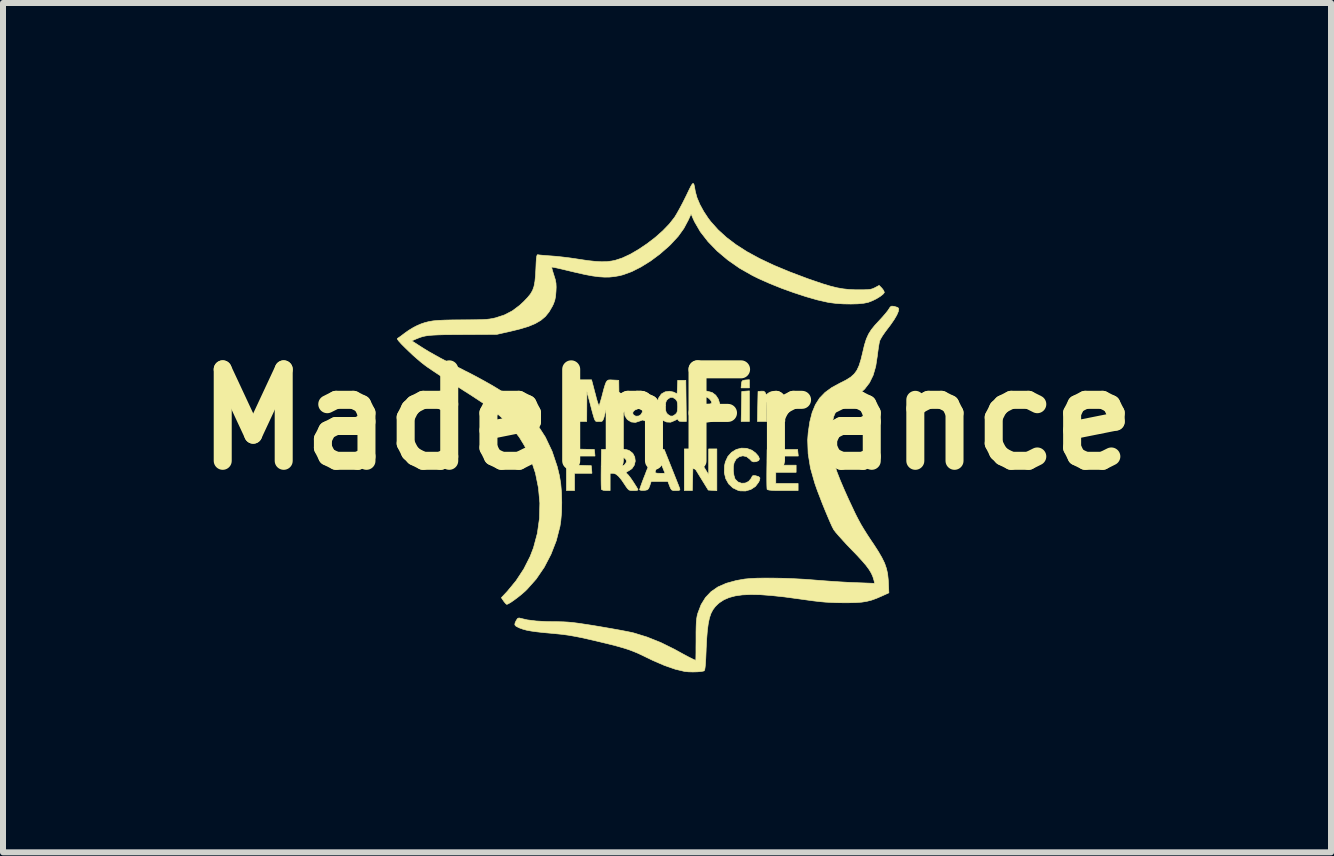
<source format=kicad_pcb>
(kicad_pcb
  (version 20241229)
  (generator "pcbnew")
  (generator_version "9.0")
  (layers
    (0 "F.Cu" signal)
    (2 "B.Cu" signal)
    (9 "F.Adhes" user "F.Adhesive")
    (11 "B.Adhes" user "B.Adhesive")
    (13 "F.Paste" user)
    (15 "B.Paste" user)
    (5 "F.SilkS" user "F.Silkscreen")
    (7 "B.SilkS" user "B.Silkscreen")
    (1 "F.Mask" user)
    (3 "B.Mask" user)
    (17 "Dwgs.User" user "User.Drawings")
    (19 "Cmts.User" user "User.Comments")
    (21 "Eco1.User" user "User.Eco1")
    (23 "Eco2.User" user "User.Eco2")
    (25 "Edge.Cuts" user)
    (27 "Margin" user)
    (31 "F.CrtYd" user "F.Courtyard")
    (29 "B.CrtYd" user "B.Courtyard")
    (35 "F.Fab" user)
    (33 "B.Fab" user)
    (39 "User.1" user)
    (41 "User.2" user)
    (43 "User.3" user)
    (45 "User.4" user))
  (footprint "MadeInFrance"
    (layer "F.Cu")
    (at 8.063 3.938)
    (property "Reference" "MadeInFrance" (at 0 0 0) (layer "F.SilkS") (effects (font (size 1.524 1.524) (thickness 0.3))))
    (attr through_hole)
    (fp_poly (pts (xy 1.372 0.034) (xy 1.235 0.034) (xy 1.24 -0.216) (xy 1.245 -0.466) (xy 1.308 -0.471) (xy 1.372 -0.476) (xy 1.372 0.034)) (stroke (width 0.01) (type solid)) (fill yes) (layer "F.SilkS"))
    (fp_poly (pts (xy 1.372 -0.525) (xy 1.234 -0.525) (xy 1.239 -0.588) (xy 1.246 -0.63) (xy 1.262 -0.649) (xy 1.299 -0.656) (xy 1.308 -0.657) (xy 1.372 -0.662) (xy 1.372 -0.525)) (stroke (width 0.01) (type solid)) (fill yes) (layer "F.SilkS"))
    (fp_poly (pts (xy 0.83 1.187) (xy 0.758 1.182) (xy 0.687 1.177) (xy 0.432 0.763) (xy 0.427 0.974) (xy 0.422 1.185) (xy 0.288 1.185) (xy 0.288 0.491) (xy 0.36 0.491) (xy 0.432 0.491) (xy 0.694 0.923) (xy 0.694 0.491) (xy 0.83 0.491) (xy 0.83 1.187)) (stroke (width 0.01) (type solid)) (fill yes) (layer "F.SilkS"))
    (fp_poly (pts (xy -1.444 0.495) (xy -1.211 0.5) (xy -1.205 0.555) (xy -1.2 0.61) (xy -1.541 0.61) (xy -1.541 0.761) (xy -1.401 0.766) (xy -1.262 0.77) (xy -1.256 0.834) (xy -1.251 0.897) (xy -1.541 0.897) (xy -1.541 1.185) (xy -1.676 1.185) (xy -1.676 0.49) (xy -1.444 0.495)) (stroke (width 0.01) (type solid)) (fill yes) (layer "F.SilkS"))
    (fp_poly (pts (xy 2.181 0.555) (xy 2.187 0.61) (xy 1.812 0.61) (xy 1.812 0.762) (xy 2.151 0.762) (xy 2.151 0.881) (xy 1.812 0.881) (xy 1.812 1.067) (xy 2.184 1.067) (xy 2.184 1.185) (xy 1.93 1.185) (xy 1.825 1.185) (xy 1.75 1.182) (xy 1.701 1.177) (xy 1.674 1.17) (xy 1.667 1.164) (xy 1.665 1.141) (xy 1.663 1.089) (xy 1.662 1.015) (xy 1.662 0.925) (xy 1.663 0.823) (xy 1.663 0.821) (xy 1.668 0.5) (xy 2.176 0.5) (xy 2.181 0.555)) (stroke (width 0.01) (type solid)) (fill yes) (layer "F.SilkS"))
    (fp_poly (pts (xy 1.854 -0.467) (xy 1.897 -0.447) (xy 1.93 -0.42) (xy 1.945 -0.401) (xy 1.954 -0.377) (xy 1.96 -0.341) (xy 1.963 -0.286) (xy 1.964 -0.206) (xy 1.964 -0.175) (xy 1.964 0.034) (xy 1.829 0.034) (xy 1.829 -0.143) (xy 1.828 -0.228) (xy 1.824 -0.287) (xy 1.816 -0.323) (xy 1.803 -0.345) (xy 1.802 -0.346) (xy 1.767 -0.369) (xy 1.73 -0.365) (xy 1.697 -0.346) (xy 1.68 -0.332) (xy 1.669 -0.312) (xy 1.663 -0.281) (xy 1.66 -0.231) (xy 1.659 -0.155) (xy 1.659 -0.143) (xy 1.659 0.034) (xy 1.506 0.034) (xy 1.516 -0.466) (xy 1.571 -0.471) (xy 1.612 -0.47) (xy 1.634 -0.451) (xy 1.639 -0.44) (xy 1.652 -0.415) (xy 1.666 -0.42) (xy 1.675 -0.43) (xy 1.712 -0.454) (xy 1.767 -0.469) (xy 1.827 -0.471) (xy 1.854 -0.467)) (stroke (width 0.01) (type solid)) (fill yes) (layer "F.SilkS"))
    (fp_poly (pts (xy 1.326 0.481) (xy 1.412 0.512) (xy 1.474 0.557) (xy 1.523 0.613) (xy 1.54 0.656) (xy 1.527 0.686) (xy 1.482 0.704) (xy 1.44 0.707) (xy 1.41 0.695) (xy 1.379 0.662) (xy 1.325 0.62) (xy 1.264 0.606) (xy 1.204 0.62) (xy 1.152 0.659) (xy 1.117 0.722) (xy 1.117 0.722) (xy 1.106 0.783) (xy 1.105 0.857) (xy 1.114 0.929) (xy 1.131 0.986) (xy 1.136 0.996) (xy 1.183 1.042) (xy 1.241 1.063) (xy 1.303 1.06) (xy 1.359 1.033) (xy 1.4 0.985) (xy 1.407 0.97) (xy 1.423 0.941) (xy 1.448 0.934) (xy 1.477 0.938) (xy 1.527 0.953) (xy 1.548 0.975) (xy 1.542 1.011) (xy 1.526 1.046) (xy 1.472 1.117) (xy 1.397 1.166) (xy 1.309 1.192) (xy 1.217 1.19) (xy 1.186 1.183) (xy 1.096 1.14) (xy 1.026 1.073) (xy 0.978 0.987) (xy 0.954 0.886) (xy 0.957 0.775) (xy 0.972 0.707) (xy 1.013 0.618) (xy 1.075 0.548) (xy 1.152 0.501) (xy 1.238 0.478) (xy 1.326 0.481)) (stroke (width 0.01) (type solid)) (fill yes) (layer "F.SilkS"))
    (fp_poly (pts (xy 0.322 0.034) (xy 0.254 0.034) (xy 0.207 0.03) (xy 0.187 0.016) (xy 0.186 0.009) (xy 0.181 -0.005) (xy 0.161 0.00019) (xy 0.131 0.017) (xy 0.061 0.046) (xy -0.007 0.043) (xy -0.061 0.019) (xy -0.115 -0.033) (xy -0.151 -0.105) (xy -0.168 -0.188) (xy -0.167 -0.212) (xy -0.025 -0.212) (xy -0.023 -0.153) (xy -0.013 -0.116) (xy 0.007 -0.09) (xy 0.015 -0.083) (xy 0.058 -0.056) (xy 0.096 -0.057) (xy 0.137 -0.083) (xy 0.161 -0.107) (xy 0.172 -0.14) (xy 0.176 -0.193) (xy 0.177 -0.212) (xy 0.174 -0.271) (xy 0.165 -0.308) (xy 0.145 -0.334) (xy 0.137 -0.341) (xy 0.094 -0.368) (xy 0.056 -0.367) (xy 0.015 -0.34) (xy -0.009 -0.315) (xy -0.021 -0.282) (xy -0.025 -0.23) (xy -0.025 -0.212) (xy -0.167 -0.212) (xy -0.165 -0.274) (xy -0.142 -0.354) (xy -0.098 -0.419) (xy -0.089 -0.428) (xy -0.031 -0.46) (xy 0.04 -0.47) (xy 0.108 -0.456) (xy 0.116 -0.452) (xy 0.168 -0.427) (xy 0.173 -0.539) (xy 0.178 -0.652) (xy 0.313 -0.652) (xy 0.322 0.034)) (stroke (width 0.01) (type solid)) (fill yes) (layer "F.SilkS"))
    (fp_poly (pts (xy -0.124 0.494) (xy -0.047 0.5) (xy 0.078 0.813) (xy 0.117 0.911) (xy 0.152 0.999) (xy 0.181 1.072) (xy 0.202 1.126) (xy 0.212 1.154) (xy 0.213 1.156) (xy 0.214 1.174) (xy 0.196 1.183) (xy 0.153 1.185) (xy 0.147 1.185) (xy 0.102 1.184) (xy 0.075 1.173) (xy 0.057 1.144) (xy 0.043 1.109) (xy 0.014 1.033) (xy -0.264 1.033) (xy -0.288 1.105) (xy -0.306 1.15) (xy -0.327 1.172) (xy -0.363 1.18) (xy -0.385 1.182) (xy -0.431 1.182) (xy -0.455 1.174) (xy -0.457 1.17) (xy -0.451 1.149) (xy -0.435 1.102) (xy -0.411 1.036) (xy -0.38 0.956) (xy -0.362 0.911) (xy -0.349 0.876) (xy -0.199 0.876) (xy -0.193 0.89) (xy -0.16 0.896) (xy -0.121 0.897) (xy -0.034 0.897) (xy -0.069 0.809) (xy -0.096 0.742) (xy -0.115 0.704) (xy -0.129 0.694) (xy -0.142 0.711) (xy -0.157 0.751) (xy -0.161 0.764) (xy -0.179 0.818) (xy -0.193 0.86) (xy -0.199 0.876) (xy -0.349 0.876) (xy -0.326 0.818) (xy -0.291 0.729) (xy -0.261 0.651) (xy -0.239 0.593) (xy -0.234 0.579) (xy -0.2 0.489) (xy -0.124 0.494)) (stroke (width 0.01) (type solid)) (fill yes) (layer "F.SilkS"))
    (fp_poly (pts (xy -1.238 -0.588) (xy -1.225 -0.539) (xy -1.207 -0.469) (xy -1.186 -0.391) (xy -1.18 -0.365) (xy -1.162 -0.302) (xy -1.146 -0.255) (xy -1.134 -0.231) (xy -1.131 -0.23) (xy -1.123 -0.252) (xy -1.109 -0.299) (xy -1.09 -0.364) (xy -1.077 -0.415) (xy -1.052 -0.51) (xy -1.032 -0.576) (xy -1.015 -0.62) (xy -0.997 -0.645) (xy -0.975 -0.657) (xy -0.945 -0.659) (xy -0.904 -0.657) (xy -0.902 -0.657) (xy -0.804 -0.652) (xy -0.795 0.034) (xy -0.931 0.034) (xy -0.931 -0.206) (xy -0.932 -0.291) (xy -0.934 -0.361) (xy -0.936 -0.411) (xy -0.94 -0.435) (xy -0.941 -0.436) (xy -0.949 -0.416) (xy -0.963 -0.371) (xy -0.98 -0.308) (xy -0.993 -0.26) (xy -1.019 -0.155) (xy -1.039 -0.078) (xy -1.053 -0.025) (xy -1.066 0.008) (xy -1.078 0.026) (xy -1.091 0.033) (xy -1.109 0.035) (xy -1.133 0.034) (xy -1.135 0.034) (xy -1.157 0.035) (xy -1.174 0.034) (xy -1.188 0.029) (xy -1.2 0.014) (xy -1.212 -0.013) (xy -1.226 -0.059) (xy -1.245 -0.125) (xy -1.269 -0.217) (xy -1.292 -0.305) (xy -1.335 -0.466) (xy -1.338 0.034) (xy -1.473 0.034) (xy -1.473 -0.66) (xy -1.257 -0.66) (xy -1.238 -0.588)) (stroke (width 0.01) (type solid)) (fill yes) (layer "F.SilkS"))
    (fp_poly (pts (xy 0.75 -0.449) (xy 0.756 -0.446) (xy 0.812 -0.403) (xy 0.855 -0.338) (xy 0.878 -0.261) (xy 0.881 -0.229) (xy 0.881 -0.169) (xy 0.713 -0.169) (xy 0.636 -0.169) (xy 0.588 -0.167) (xy 0.562 -0.162) (xy 0.552 -0.153) (xy 0.553 -0.139) (xy 0.554 -0.135) (xy 0.577 -0.097) (xy 0.615 -0.065) (xy 0.655 -0.051) (xy 0.656 -0.051) (xy 0.682 -0.062) (xy 0.713 -0.086) (xy 0.748 -0.111) (xy 0.791 -0.113) (xy 0.806 -0.111) (xy 0.848 -0.097) (xy 0.861 -0.074) (xy 0.843 -0.04) (xy 0.813 -0.009) (xy 0.771 0.023) (xy 0.723 0.039) (xy 0.673 0.045) (xy 0.618 0.046) (xy 0.574 0.043) (xy 0.559 0.04) (xy 0.507 0.005) (xy 0.459 -0.05) (xy 0.426 -0.112) (xy 0.422 -0.125) (xy 0.41 -0.22) (xy 0.421 -0.287) (xy 0.559 -0.287) (xy 0.563 -0.268) (xy 0.581 -0.258) (xy 0.622 -0.254) (xy 0.652 -0.254) (xy 0.708 -0.256) (xy 0.737 -0.264) (xy 0.745 -0.279) (xy 0.733 -0.311) (xy 0.703 -0.346) (xy 0.67 -0.369) (xy 0.656 -0.373) (xy 0.617 -0.36) (xy 0.581 -0.331) (xy 0.56 -0.296) (xy 0.559 -0.287) (xy 0.421 -0.287) (xy 0.424 -0.306) (xy 0.461 -0.378) (xy 0.516 -0.432) (xy 0.585 -0.465) (xy 0.664 -0.472) (xy 0.75 -0.449)) (stroke (width 0.01) (type solid)) (fill yes) (layer "F.SilkS"))
    (fp_poly (pts (xy -0.73 0.496) (xy -0.682 0.502) (xy -0.646 0.512) (xy -0.627 0.52) (xy -0.57 0.565) (xy -0.538 0.626) (xy -0.529 0.694) (xy -0.545 0.761) (xy -0.584 0.819) (xy -0.633 0.853) (xy -0.672 0.874) (xy -0.683 0.888) (xy -0.671 0.9) (xy -0.67 0.901) (xy -0.647 0.924) (xy -0.611 0.97) (xy -0.566 1.035) (xy -0.516 1.113) (xy -0.485 1.164) (xy -0.486 1.177) (xy -0.512 1.184) (xy -0.556 1.185) (xy -0.603 1.184) (xy -0.633 1.176) (xy -0.658 1.153) (xy -0.688 1.111) (xy -0.697 1.097) (xy -0.757 1.008) (xy -0.807 0.948) (xy -0.85 0.912) (xy -0.89 0.898) (xy -0.899 0.897) (xy -0.948 0.897) (xy -0.948 1.185) (xy -1.017 1.185) (xy -1.064 1.18) (xy -1.091 1.167) (xy -1.093 1.164) (xy -1.095 1.141) (xy -1.097 1.089) (xy -1.098 1.015) (xy -1.098 0.925) (xy -1.097 0.823) (xy -1.097 0.821) (xy -1.094 0.61) (xy -0.948 0.61) (xy -0.948 0.779) (xy -0.839 0.779) (xy -0.765 0.775) (xy -0.719 0.763) (xy -0.704 0.752) (xy -0.677 0.71) (xy -0.681 0.672) (xy -0.713 0.64) (xy -0.768 0.618) (xy -0.845 0.61) (xy -0.85 0.61) (xy -0.948 0.61) (xy -1.094 0.61) (xy -1.092 0.5) (xy -0.889 0.495) (xy -0.796 0.494) (xy -0.73 0.496)) (stroke (width 0.01) (type solid)) (fill yes) (layer "F.SilkS"))
    (fp_poly (pts (xy -0.406 -0.468) (xy -0.398 -0.467) (xy -0.345 -0.453) (xy -0.309 -0.43) (xy -0.287 -0.393) (xy -0.275 -0.336) (xy -0.271 -0.252) (xy -0.271 -0.221) (xy -0.269 -0.144) (xy -0.265 -0.076) (xy -0.259 -0.026) (xy -0.254 -0.01) (xy -0.246 0.019) (xy -0.255 0.031) (xy -0.288 0.034) (xy -0.302 0.034) (xy -0.348 0.03) (xy -0.38 0.019) (xy -0.383 0.016) (xy -0.411 0.01) (xy -0.45 0.025) (xy -0.527 0.05) (xy -0.598 0.042) (xy -0.66 0.003) (xy -0.662 0.001) (xy -0.701 -0.058) (xy -0.706 -0.091) (xy -0.569 -0.091) (xy -0.56 -0.078) (xy -0.521 -0.054) (xy -0.473 -0.057) (xy -0.437 -0.079) (xy -0.414 -0.117) (xy -0.406 -0.154) (xy -0.406 -0.201) (xy -0.477 -0.181) (xy -0.537 -0.156) (xy -0.568 -0.125) (xy -0.569 -0.091) (xy -0.706 -0.091) (xy -0.711 -0.119) (xy -0.69 -0.176) (xy -0.64 -0.221) (xy -0.63 -0.226) (xy -0.587 -0.244) (xy -0.527 -0.262) (xy -0.494 -0.271) (xy -0.437 -0.29) (xy -0.41 -0.313) (xy -0.416 -0.337) (xy -0.454 -0.36) (xy -0.461 -0.363) (xy -0.501 -0.37) (xy -0.534 -0.353) (xy -0.546 -0.343) (xy -0.591 -0.317) (xy -0.631 -0.317) (xy -0.673 -0.33) (xy -0.685 -0.35) (xy -0.668 -0.382) (xy -0.648 -0.407) (xy -0.586 -0.452) (xy -0.503 -0.473) (xy -0.406 -0.468)) (stroke (width 0.01) (type solid)) (fill yes) (layer "F.SilkS"))
    (fp_poly (pts (xy 3.784 -1.884) (xy 3.845 -1.865) (xy 3.846 -1.864) (xy 3.861 -1.843) (xy 3.854 -1.8) (xy 3.828 -1.739) (xy 3.783 -1.662) (xy 3.722 -1.574) (xy 3.686 -1.527) (xy 3.634 -1.458) (xy 3.589 -1.393) (xy 3.557 -1.339) (xy 3.542 -1.307) (xy 3.533 -1.264) (xy 3.522 -1.197) (xy 3.511 -1.118) (xy 3.504 -1.06) (xy 3.477 -0.884) (xy 3.434 -0.736) (xy 3.373 -0.611) (xy 3.292 -0.506) (xy 3.19 -0.417) (xy 3.106 -0.364) (xy 3.01 -0.308) (xy 2.939 -0.263) (xy 2.888 -0.225) (xy 2.852 -0.19) (xy 2.825 -0.154) (xy 2.818 -0.144) (xy 2.778 -0.051) (xy 2.748 0.067) (xy 2.731 0.204) (xy 2.727 0.318) (xy 2.73 0.425) (xy 2.74 0.53) (xy 2.76 0.636) (xy 2.79 0.749) (xy 2.831 0.874) (xy 2.886 1.015) (xy 2.955 1.176) (xy 3.025 1.332) (xy 3.087 1.464) (xy 3.138 1.572) (xy 3.185 1.664) (xy 3.23 1.747) (xy 3.279 1.829) (xy 3.335 1.918) (xy 3.402 2.02) (xy 3.439 2.074) (xy 3.519 2.198) (xy 3.58 2.303) (xy 3.625 2.395) (xy 3.655 2.482) (xy 3.675 2.569) (xy 3.685 2.665) (xy 3.688 2.71) (xy 3.696 2.889) (xy 3.579 2.942) (xy 3.489 2.981) (xy 3.409 3.01) (xy 3.331 3.03) (xy 3.246 3.044) (xy 3.149 3.051) (xy 3.03 3.054) (xy 2.938 3.054) (xy 2.83 3.053) (xy 2.734 3.049) (xy 2.64 3.044) (xy 2.542 3.035) (xy 2.432 3.022) (xy 2.301 3.004) (xy 2.201 2.99) (xy 1.957 2.957) (xy 1.743 2.934) (xy 1.556 2.92) (xy 1.394 2.917) (xy 1.255 2.923) (xy 1.136 2.94) (xy 1.035 2.967) (xy 0.949 3.004) (xy 0.875 3.052) (xy 0.852 3.071) (xy 0.803 3.119) (xy 0.763 3.173) (xy 0.731 3.235) (xy 0.706 3.31) (xy 0.687 3.402) (xy 0.672 3.515) (xy 0.661 3.653) (xy 0.652 3.82) (xy 0.651 3.856) (xy 0.646 3.974) (xy 0.641 4.063) (xy 0.635 4.125) (xy 0.629 4.165) (xy 0.621 4.185) (xy 0.616 4.19) (xy 0.572 4.199) (xy 0.506 4.205) (xy 0.43 4.207) (xy 0.356 4.205) (xy 0.295 4.199) (xy 0.295 4.199) (xy 0.136 4.161) (xy -0.04 4.1) (xy -0.235 4.016) (xy -0.33 3.97) (xy -0.414 3.929) (xy -0.489 3.894) (xy -0.562 3.864) (xy -0.636 3.836) (xy -0.717 3.81) (xy -0.81 3.783) (xy -0.919 3.754) (xy -1.051 3.722) (xy -1.209 3.684) (xy -1.253 3.674) (xy -1.401 3.64) (xy -1.527 3.615) (xy -1.641 3.595) (xy -1.752 3.58) (xy -1.872 3.568) (xy -1.913 3.564) (xy -2.058 3.551) (xy -2.174 3.538) (xy -2.266 3.525) (xy -2.341 3.511) (xy -2.403 3.494) (xy -2.458 3.474) (xy -2.467 3.47) (xy -2.515 3.446) (xy -2.536 3.422) (xy -2.532 3.39) (xy -2.513 3.35) (xy -2.49 3.316) (xy -2.466 3.307) (xy -2.45 3.311) (xy -2.331 3.339) (xy -2.181 3.358) (xy -1.998 3.368) (xy -1.897 3.369) (xy -1.807 3.37) (xy -1.728 3.372) (xy -1.654 3.376) (xy -1.576 3.383) (xy -1.489 3.394) (xy -1.387 3.409) (xy -1.263 3.428) (xy -1.154 3.446) (xy -1.025 3.468) (xy -0.899 3.49) (xy -0.782 3.511) (xy -0.682 3.53) (xy -0.603 3.546) (xy -0.555 3.557) (xy -0.334 3.625) (xy -0.106 3.716) (xy 0.121 3.828) (xy 0.161 3.85) (xy 0.272 3.911) (xy 0.362 3.959) (xy 0.428 3.992) (xy 0.468 4.01) (xy 0.479 4.013) (xy 0.48 3.997) (xy 0.481 3.952) (xy 0.482 3.883) (xy 0.482 3.796) (xy 0.483 3.695) (xy 0.483 3.67) (xy 0.483 3.546) (xy 0.485 3.45) (xy 0.488 3.376) (xy 0.494 3.318) (xy 0.502 3.271) (xy 0.513 3.23) (xy 0.514 3.226) (xy 0.568 3.085) (xy 0.641 2.967) (xy 0.733 2.87) (xy 0.847 2.791) (xy 0.986 2.73) (xy 1.153 2.684) (xy 1.295 2.659) (xy 1.384 2.651) (xy 1.499 2.645) (xy 1.638 2.643) (xy 1.792 2.644) (xy 1.956 2.647) (xy 2.125 2.654) (xy 2.293 2.663) (xy 2.438 2.674) (xy 2.575 2.685) (xy 2.726 2.696) (xy 2.879 2.706) (xy 3.021 2.714) (xy 3.139 2.719) (xy 3.459 2.731) (xy 3.448 2.682) (xy 3.43 2.622) (xy 3.404 2.563) (xy 3.367 2.501) (xy 3.316 2.432) (xy 3.247 2.352) (xy 3.159 2.256) (xy 3.081 2.176) (xy 3.001 2.093) (xy 2.927 2.012) (xy 2.862 1.94) (xy 2.811 1.881) (xy 2.779 1.839) (xy 2.773 1.829) (xy 2.749 1.782) (xy 2.716 1.709) (xy 2.677 1.618) (xy 2.633 1.513) (xy 2.588 1.402) (xy 2.545 1.29) (xy 2.504 1.184) (xy 2.471 1.09) (xy 2.46 1.058) (xy 2.39 0.811) (xy 2.351 0.571) (xy 2.343 0.342) (xy 2.352 0.22) (xy 2.379 0.038) (xy 2.418 -0.116) (xy 2.472 -0.246) (xy 2.542 -0.356) (xy 2.633 -0.45) (xy 2.746 -0.532) (xy 2.881 -0.605) (xy 2.982 -0.656) (xy 3.06 -0.705) (xy 3.119 -0.758) (xy 3.164 -0.82) (xy 3.2 -0.898) (xy 3.231 -0.998) (xy 3.26 -1.117) (xy 3.289 -1.24) (xy 3.32 -1.339) (xy 3.357 -1.421) (xy 3.404 -1.496) (xy 3.466 -1.572) (xy 3.528 -1.639) (xy 3.586 -1.702) (xy 3.638 -1.762) (xy 3.678 -1.812) (xy 3.698 -1.842) (xy 3.719 -1.874) (xy 3.745 -1.888) (xy 3.784 -1.884)) (stroke (width 0.01) (type solid)) (fill yes) (layer "F.SilkS"))
    (fp_poly (pts (xy 0.448 -3.917) (xy 0.458 -3.876) (xy 0.469 -3.811) (xy 0.473 -3.79) (xy 0.5 -3.693) (xy 0.547 -3.582) (xy 0.611 -3.465) (xy 0.687 -3.35) (xy 0.73 -3.294) (xy 0.849 -3.161) (xy 0.988 -3.034) (xy 1.149 -2.912) (xy 1.333 -2.794) (xy 1.543 -2.68) (xy 1.78 -2.568) (xy 2.047 -2.457) (xy 2.344 -2.345) (xy 2.437 -2.313) (xy 2.589 -2.261) (xy 2.718 -2.222) (xy 2.83 -2.194) (xy 2.932 -2.176) (xy 3.033 -2.165) (xy 3.138 -2.16) (xy 3.175 -2.16) (xy 3.268 -2.16) (xy 3.335 -2.162) (xy 3.384 -2.167) (xy 3.42 -2.176) (xy 3.452 -2.19) (xy 3.465 -2.196) (xy 3.534 -2.233) (xy 3.581 -2.185) (xy 3.609 -2.148) (xy 3.62 -2.118) (xy 3.619 -2.112) (xy 3.596 -2.084) (xy 3.549 -2.048) (xy 3.489 -2.011) (xy 3.422 -1.978) (xy 3.357 -1.953) (xy 3.353 -1.951) (xy 3.278 -1.936) (xy 3.179 -1.926) (xy 3.063 -1.923) (xy 2.94 -1.925) (xy 2.818 -1.933) (xy 2.707 -1.947) (xy 2.669 -1.954) (xy 2.502 -1.992) (xy 2.314 -2.046) (xy 2.115 -2.111) (xy 1.912 -2.184) (xy 1.713 -2.264) (xy 1.528 -2.346) (xy 1.421 -2.399) (xy 1.208 -2.52) (xy 1.012 -2.657) (xy 0.835 -2.806) (xy 0.682 -2.964) (xy 0.555 -3.127) (xy 0.458 -3.294) (xy 0.436 -3.342) (xy 0.401 -3.424) (xy 0.355 -3.323) (xy 0.28 -3.182) (xy 0.185 -3.05) (xy 0.064 -2.919) (xy 0.03 -2.886) (xy -0.12 -2.755) (xy -0.276 -2.639) (xy -0.434 -2.541) (xy -0.588 -2.463) (xy -0.731 -2.411) (xy -0.788 -2.396) (xy -0.873 -2.381) (xy -0.956 -2.372) (xy -1.041 -2.371) (xy -1.135 -2.377) (xy -1.241 -2.391) (xy -1.365 -2.414) (xy -1.512 -2.447) (xy -1.663 -2.483) (xy -1.75 -2.504) (xy -1.825 -2.521) (xy -1.882 -2.533) (xy -1.915 -2.538) (xy -1.921 -2.538) (xy -1.919 -2.52) (xy -1.908 -2.478) (xy -1.89 -2.421) (xy -1.885 -2.405) (xy -1.862 -2.331) (xy -1.85 -2.27) (xy -1.847 -2.205) (xy -1.85 -2.134) (xy -1.857 -2.05) (xy -1.87 -1.985) (xy -1.892 -1.924) (xy -1.912 -1.883) (xy -1.965 -1.792) (xy -2.027 -1.715) (xy -2.103 -1.651) (xy -2.196 -1.597) (xy -2.311 -1.549) (xy -2.452 -1.507) (xy -2.573 -1.477) (xy -2.836 -1.417) (xy -3.404 -1.414) (xy -3.566 -1.413) (xy -3.699 -1.412) (xy -3.806 -1.409) (xy -3.892 -1.405) (xy -3.961 -1.4) (xy -4.018 -1.392) (xy -4.066 -1.382) (xy -4.111 -1.368) (xy -4.155 -1.351) (xy -4.196 -1.334) (xy -4.252 -1.309) (xy -4.12 -1.224) (xy -4.046 -1.177) (xy -3.967 -1.129) (xy -3.878 -1.079) (xy -3.776 -1.022) (xy -3.655 -0.959) (xy -3.513 -0.885) (xy -3.345 -0.799) (xy -3.323 -0.789) (xy -3.206 -0.728) (xy -3.086 -0.663) (xy -2.969 -0.598) (xy -2.864 -0.537) (xy -2.78 -0.485) (xy -2.761 -0.473) (xy -2.534 -0.305) (xy -2.336 -0.122) (xy -2.167 0.078) (xy -2.027 0.295) (xy -1.915 0.531) (xy -1.829 0.787) (xy -1.793 0.936) (xy -1.771 1.069) (xy -1.758 1.222) (xy -1.754 1.384) (xy -1.757 1.544) (xy -1.77 1.691) (xy -1.784 1.783) (xy -1.845 2.02) (xy -1.934 2.248) (xy -2.046 2.463) (xy -2.179 2.658) (xy -2.331 2.829) (xy -2.358 2.856) (xy -2.415 2.906) (xy -2.479 2.958) (xy -2.543 3.006) (xy -2.6 3.046) (xy -2.645 3.072) (xy -2.67 3.082) (xy -2.687 3.069) (xy -2.714 3.037) (xy -2.722 3.026) (xy -2.76 2.97) (xy -2.658 2.861) (xy -2.514 2.686) (xy -2.386 2.491) (xy -2.281 2.284) (xy -2.225 2.139) (xy -2.16 1.896) (xy -2.125 1.647) (xy -2.119 1.393) (xy -2.142 1.142) (xy -2.192 0.895) (xy -2.27 0.659) (xy -2.375 0.437) (xy -2.46 0.298) (xy -2.547 0.184) (xy -2.657 0.064) (xy -2.782 -0.055) (xy -2.913 -0.164) (xy -2.929 -0.176) (xy -2.988 -0.219) (xy -3.07 -0.275) (xy -3.17 -0.341) (xy -3.28 -0.413) (xy -3.395 -0.486) (xy -3.488 -0.545) (xy -3.602 -0.616) (xy -3.714 -0.688) (xy -3.819 -0.756) (xy -3.912 -0.818) (xy -3.986 -0.868) (xy -4.03 -0.9) (xy -4.091 -0.947) (xy -4.159 -1.005) (xy -4.231 -1.068) (xy -4.301 -1.134) (xy -4.366 -1.197) (xy -4.422 -1.253) (xy -4.465 -1.3) (xy -4.49 -1.333) (xy -4.494 -1.348) (xy -4.494 -1.348) (xy -4.472 -1.362) (xy -4.431 -1.391) (xy -4.381 -1.429) (xy -4.375 -1.434) (xy -4.306 -1.483) (xy -4.227 -1.531) (xy -4.167 -1.562) (xy -4.102 -1.59) (xy -4.038 -1.612) (xy -3.972 -1.629) (xy -3.897 -1.642) (xy -3.81 -1.65) (xy -3.703 -1.655) (xy -3.574 -1.658) (xy -3.415 -1.659) (xy -3.411 -1.659) (xy -3.273 -1.66) (xy -3.165 -1.661) (xy -3.079 -1.663) (xy -3.012 -1.667) (xy -2.957 -1.673) (xy -2.909 -1.681) (xy -2.864 -1.691) (xy -2.855 -1.693) (xy -2.709 -1.741) (xy -2.579 -1.808) (xy -2.456 -1.9) (xy -2.386 -1.965) (xy -2.323 -2.031) (xy -2.275 -2.09) (xy -2.24 -2.15) (xy -2.216 -2.218) (xy -2.201 -2.299) (xy -2.191 -2.402) (xy -2.185 -2.515) (xy -2.181 -2.61) (xy -2.177 -2.676) (xy -2.171 -2.717) (xy -2.164 -2.739) (xy -2.155 -2.745) (xy -2.151 -2.744) (xy -2.124 -2.74) (xy -2.072 -2.735) (xy -2.001 -2.729) (xy -1.93 -2.724) (xy -1.841 -2.717) (xy -1.731 -2.705) (xy -1.611 -2.69) (xy -1.496 -2.673) (xy -1.465 -2.668) (xy -1.316 -2.646) (xy -1.193 -2.633) (xy -1.09 -2.627) (xy -1.001 -2.629) (xy -0.919 -2.64) (xy -0.864 -2.651) (xy -0.745 -2.69) (xy -0.612 -2.752) (xy -0.473 -2.833) (xy -0.332 -2.928) (xy -0.195 -3.033) (xy -0.07 -3.144) (xy 0.038 -3.256) (xy 0.123 -3.364) (xy 0.128 -3.371) (xy 0.163 -3.429) (xy 0.208 -3.509) (xy 0.257 -3.601) (xy 0.305 -3.697) (xy 0.321 -3.729) (xy 0.366 -3.823) (xy 0.398 -3.887) (xy 0.421 -3.924) (xy 0.436 -3.933) (xy 0.448 -3.917)) (stroke (width 0.01) (type solid)) (fill yes) (layer "F.SilkS")))
  (gr_rect
    (start -3 -3)
    (end 19.125 11.15)
    (stroke (width 0.1) (type default))
    (fill no)
    (layer "Edge.Cuts")))
</source>
